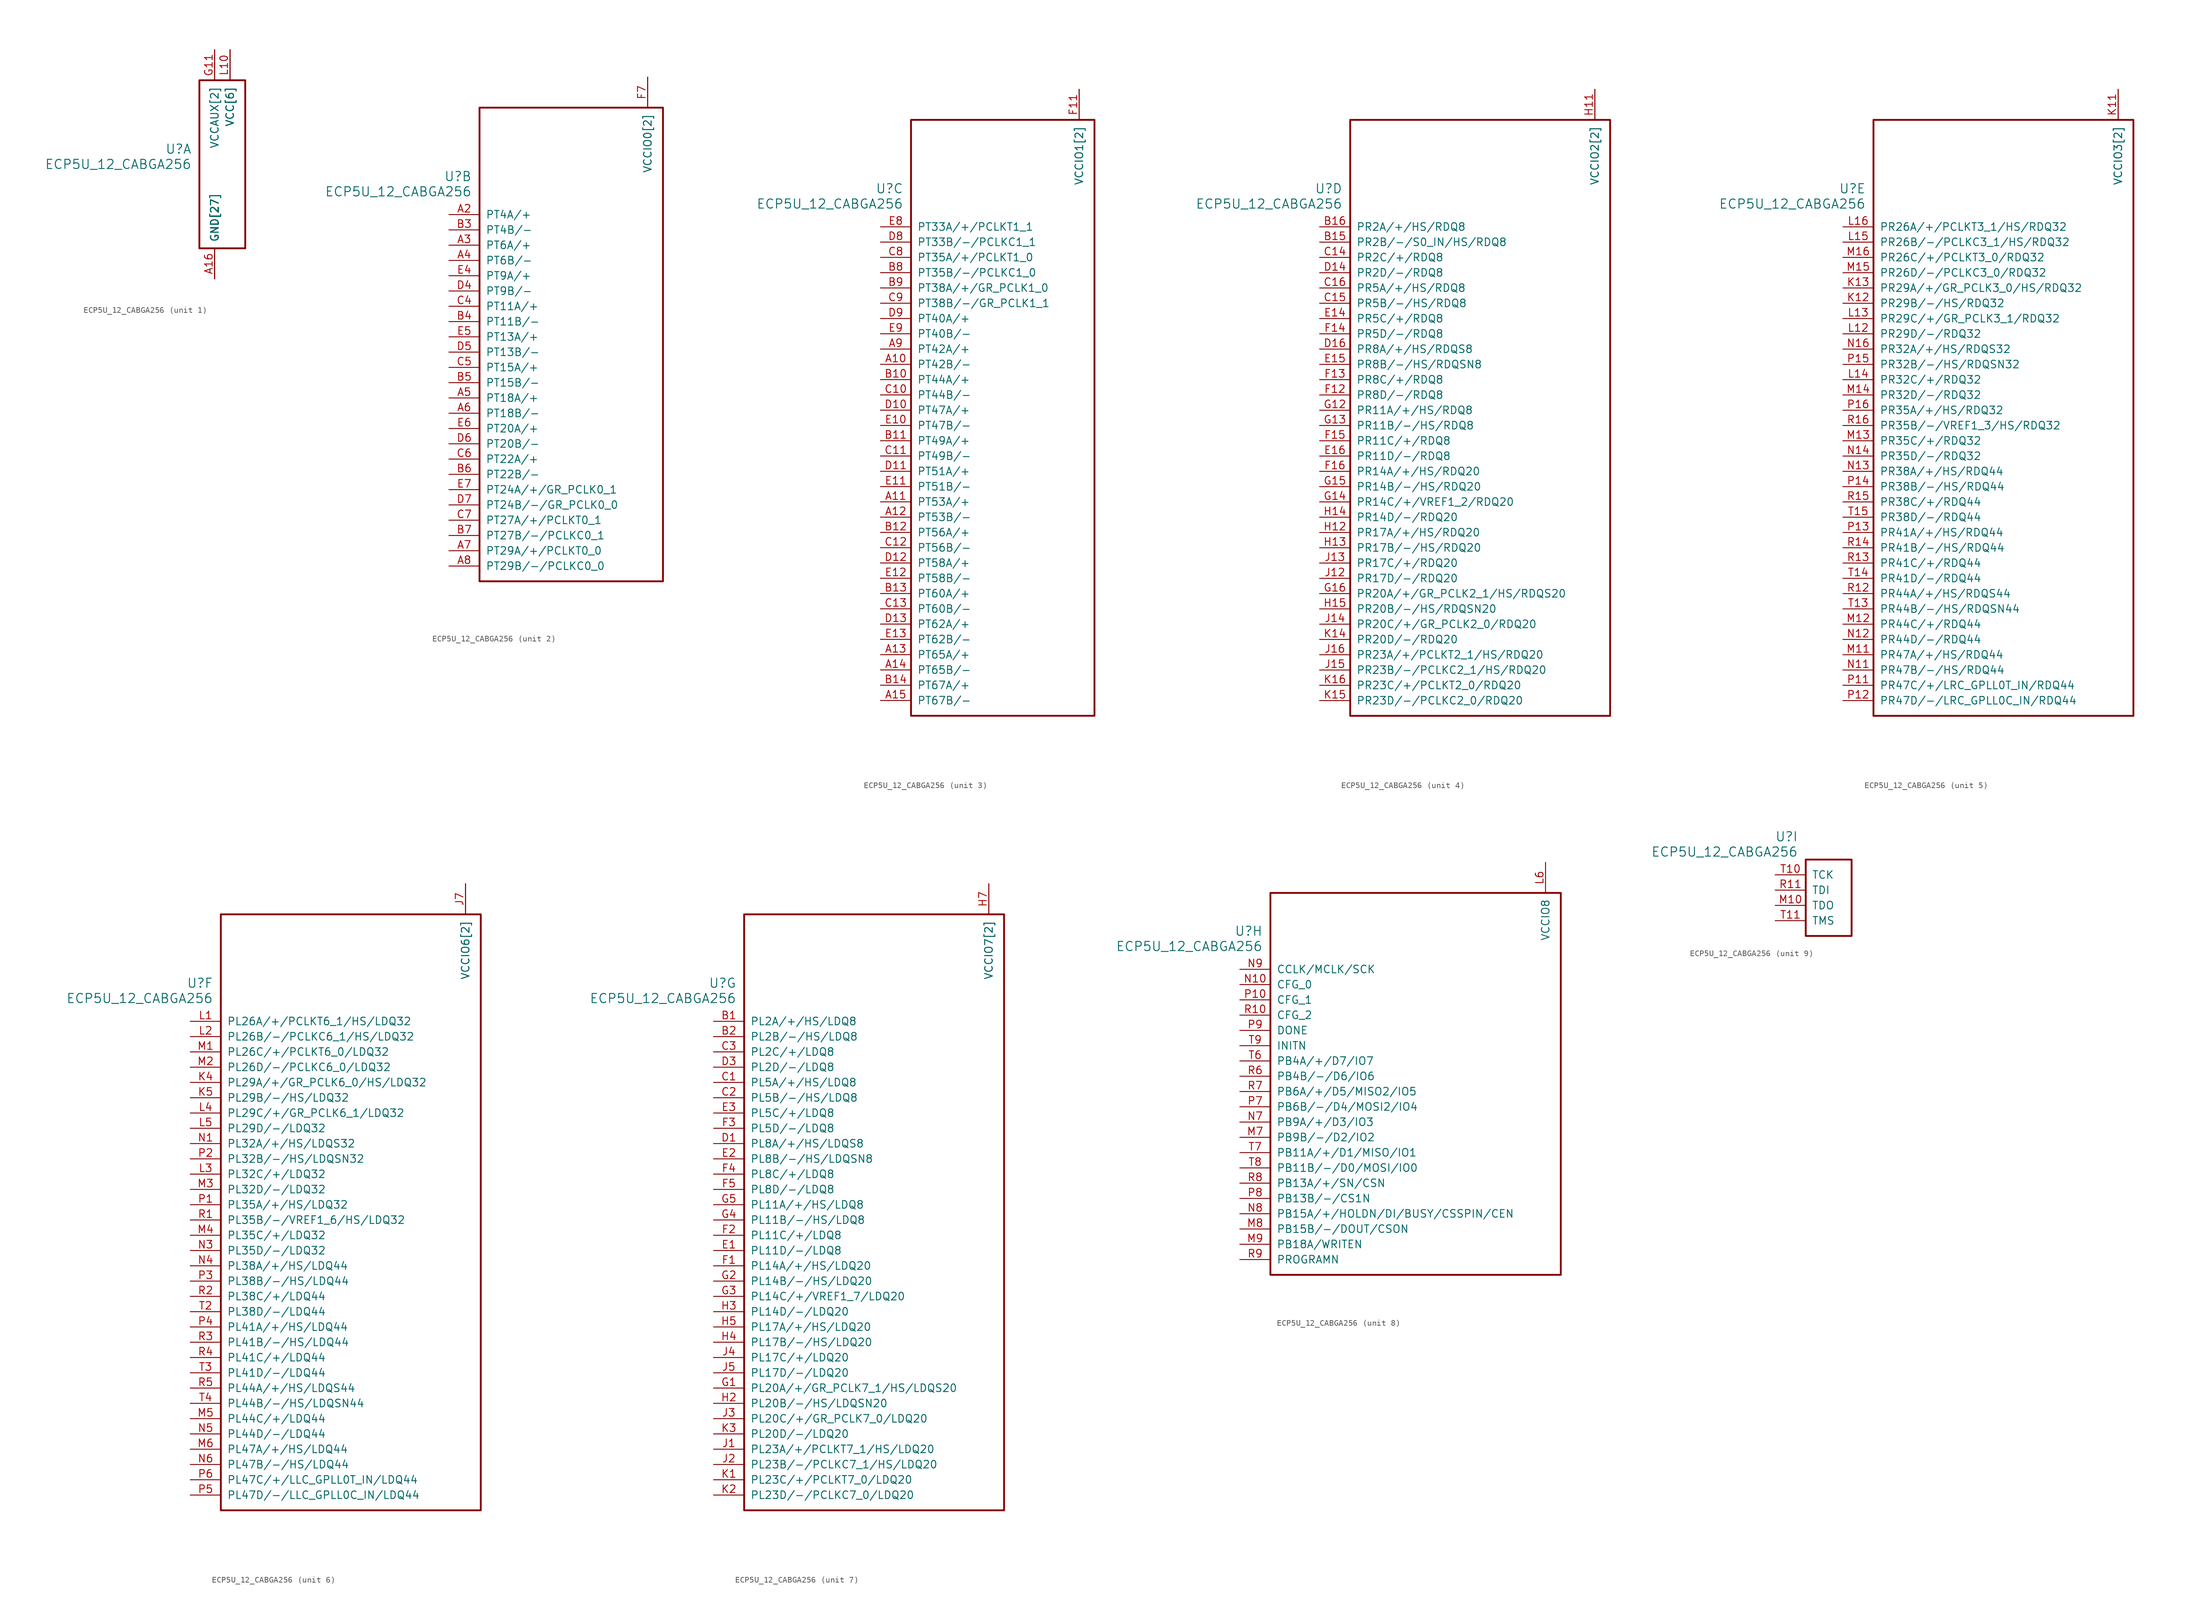
<source format=kicad_sym>
(kicad_symbol_lib
  (version 20231120)
  (generator "kicad_symbol_editor")
  (generator_version "8.0")
  (symbol "ECP5U_12_CABGA256"
    (pin_names
      (offset 1.016))
    (property "Reference" "U"
      (at 3.81 6.35 0)
      (effects (font (size 1.524 1.524)) (justify right)))
    (property "Value" "ECP5U_12_CABGA256"
      (at 3.81 3.81 0)
      (effects (font (size 1.524 1.524)) (justify right)))
    (property "ki_locked" ""
      (at 0 0 0)
      (effects (font (size 1.27 1.27))))
    (symbol "ECP5U_12_CABGA256_1_1"
      (rectangle (start 5.08 17.78) (end 12.7 -10.16) (stroke (width 0.305) (type default)) (fill (type none)))
      (pin power_in line (at 7.62 -15.24 90) (length 5.08) (name "GND[27]" (effects (font (size 1.27 1.27)))) (number "A1" (effects (font (size 0 0)))))
      (pin power_in line (at 7.62 -15.24 90) (length 5.08) (name "GND[27]" (effects (font (size 1.27 1.27)))) (number "A16" (effects (font (size 1.27 1.27)))))
      (pin power_in line (at 7.62 -15.24 90) (length 5.08) (name "GND[27]" (effects (font (size 1.27 1.27)))) (number "D15" (effects (font (size 0 0)))))
      (pin power_in line (at 7.62 -15.24 90) (length 5.08) (name "GND[27]" (effects (font (size 1.27 1.27)))) (number "D2" (effects (font (size 0 0)))))
      (pin power_in line (at 7.62 -15.24 90) (length 5.08) (name "GND[27]" (effects (font (size 1.27 1.27)))) (number "F8" (effects (font (size 0 0)))))
      (pin power_in line (at 7.62 -15.24 90) (length 5.08) (name "GND[27]" (effects (font (size 1.27 1.27)))) (number "F9" (effects (font (size 0 0)))))
      (pin power_in line (at 7.62 -15.24 90) (length 5.08) (name "GND[27]" (effects (font (size 1.27 1.27)))) (number "G10" (effects (font (size 0 0)))))
      (pin power_in line (at 7.62 22.86 270) (length 5.08) (name "VCCAUX[2]" (effects (font (size 1.27 1.27)))) (number "G11" (effects (font (size 1.27 1.27)))))
      (pin power_in line (at 10.16 22.86 270) (length 5.08) (name "VCC[6]" (effects (font (size 1.27 1.27)))) (number "G6" (effects (font (size 0 0)))))
      (pin power_in line (at 10.16 22.86 270) (length 5.08) (name "VCC[6]" (effects (font (size 1.27 1.27)))) (number "G7" (effects (font (size 0 0)))))
      (pin power_in line (at 7.62 -15.24 90) (length 5.08) (name "GND[27]" (effects (font (size 1.27 1.27)))) (number "G8" (effects (font (size 0 0)))))
      (pin power_in line (at 10.16 22.86 270) (length 5.08) (name "VCC[6]" (effects (font (size 1.27 1.27)))) (number "G9" (effects (font (size 0 0)))))
      (pin power_in line (at 7.62 -15.24 90) (length 5.08) (name "GND[27]" (effects (font (size 1.27 1.27)))) (number "H1" (effects (font (size 0 0)))))
      (pin power_in line (at 7.62 -15.24 90) (length 5.08) (name "GND[27]" (effects (font (size 1.27 1.27)))) (number "H10" (effects (font (size 0 0)))))
      (pin power_in line (at 7.62 -15.24 90) (length 5.08) (name "GND[27]" (effects (font (size 1.27 1.27)))) (number "H16" (effects (font (size 0 0)))))
      (pin power_in line (at 7.62 -15.24 90) (length 5.08) (name "GND[27]" (effects (font (size 1.27 1.27)))) (number "H8" (effects (font (size 0 0)))))
      (pin power_in line (at 7.62 -15.24 90) (length 5.08) (name "GND[27]" (effects (font (size 1.27 1.27)))) (number "H9" (effects (font (size 0 0)))))
      (pin power_in line (at 7.62 -15.24 90) (length 5.08) (name "GND[27]" (effects (font (size 1.27 1.27)))) (number "J10" (effects (font (size 0 0)))))
      (pin power_in line (at 7.62 -15.24 90) (length 5.08) (name "GND[27]" (effects (font (size 1.27 1.27)))) (number "J8" (effects (font (size 0 0)))))
      (pin power_in line (at 7.62 -15.24 90) (length 5.08) (name "GND[27]" (effects (font (size 1.27 1.27)))) (number "J9" (effects (font (size 0 0)))))
      (pin power_in line (at 7.62 -15.24 90) (length 5.08) (name "GND[27]" (effects (font (size 1.27 1.27)))) (number "K10" (effects (font (size 0 0)))))
      (pin power_in line (at 7.62 -15.24 90) (length 5.08) (name "GND[27]" (effects (font (size 1.27 1.27)))) (number "K6" (effects (font (size 0 0)))))
      (pin power_in line (at 7.62 -15.24 90) (length 5.08) (name "GND[27]" (effects (font (size 1.27 1.27)))) (number "K7" (effects (font (size 0 0)))))
      (pin power_in line (at 7.62 -15.24 90) (length 5.08) (name "GND[27]" (effects (font (size 1.27 1.27)))) (number "K8" (effects (font (size 0 0)))))
      (pin power_in line (at 7.62 -15.24 90) (length 5.08) (name "GND[27]" (effects (font (size 1.27 1.27)))) (number "K9" (effects (font (size 0 0)))))
      (pin power_in line (at 10.16 22.86 270) (length 5.08) (name "VCC[6]" (effects (font (size 1.27 1.27)))) (number "L10" (effects (font (size 1.27 1.27)))))
      (pin power_in line (at 7.62 22.86 270) (length 5.08) (name "VCCAUX[2]" (effects (font (size 1.27 1.27)))) (number "L7" (effects (font (size 0 0)))))
      (pin power_in line (at 10.16 22.86 270) (length 5.08) (name "VCC[6]" (effects (font (size 1.27 1.27)))) (number "L8" (effects (font (size 0 0)))))
      (pin power_in line (at 10.16 22.86 270) (length 5.08) (name "VCC[6]" (effects (font (size 1.27 1.27)))) (number "L9" (effects (font (size 0 0)))))
      (pin power_in line (at 7.62 -15.24 90) (length 5.08) (name "GND[27]" (effects (font (size 1.27 1.27)))) (number "N15" (effects (font (size 0 0)))))
      (pin power_in line (at 7.62 -15.24 90) (length 5.08) (name "GND[27]" (effects (font (size 1.27 1.27)))) (number "N2" (effects (font (size 0 0)))))
      (pin power_in line (at 7.62 -15.24 90) (length 5.08) (name "GND[27]" (effects (font (size 1.27 1.27)))) (number "T1" (effects (font (size 0 0)))))
      (pin power_in line (at 7.62 -15.24 90) (length 5.08) (name "GND[27]" (effects (font (size 1.27 1.27)))) (number "T12" (effects (font (size 0 0)))))
      (pin power_in line (at 7.62 -15.24 90) (length 5.08) (name "GND[27]" (effects (font (size 1.27 1.27)))) (number "T16" (effects (font (size 0 0)))))
      (pin power_in line (at 7.62 -15.24 90) (length 5.08) (name "GND[27]" (effects (font (size 1.27 1.27)))) (number "T5" (effects (font (size 0 0))))))
    (symbol "ECP5U_12_CABGA256_2_1"
      (rectangle (start 5.08 17.78) (end 35.56 -60.96) (stroke (width 0.305) (type default)) (fill (type none)))
      (pin bidirectional line (at 0 0 0) (length 5.08) (name "PT4A/+" (effects (font (size 1.27 1.27)))) (number "A2" (effects (font (size 1.27 1.27)))))
      (pin bidirectional line (at 0 -5.08 0) (length 5.08) (name "PT6A/+" (effects (font (size 1.27 1.27)))) (number "A3" (effects (font (size 1.27 1.27)))))
      (pin bidirectional line (at 0 -7.62 0) (length 5.08) (name "PT6B/-" (effects (font (size 1.27 1.27)))) (number "A4" (effects (font (size 1.27 1.27)))))
      (pin bidirectional line (at 0 -30.48 0) (length 5.08) (name "PT18A/+" (effects (font (size 1.27 1.27)))) (number "A5" (effects (font (size 1.27 1.27)))))
      (pin bidirectional line (at 0 -33.02 0) (length 5.08) (name "PT18B/-" (effects (font (size 1.27 1.27)))) (number "A6" (effects (font (size 1.27 1.27)))))
      (pin bidirectional line (at 0 -55.88 0) (length 5.08) (name "PT29A/+/PCLKT0_0" (effects (font (size 1.27 1.27)))) (number "A7" (effects (font (size 1.27 1.27)))))
      (pin bidirectional line (at 0 -58.42 0) (length 5.08) (name "PT29B/-/PCLKC0_0" (effects (font (size 1.27 1.27)))) (number "A8" (effects (font (size 1.27 1.27)))))
      (pin bidirectional line (at 0 -2.54 0) (length 5.08) (name "PT4B/-" (effects (font (size 1.27 1.27)))) (number "B3" (effects (font (size 1.27 1.27)))))
      (pin bidirectional line (at 0 -17.78 0) (length 5.08) (name "PT11B/-" (effects (font (size 1.27 1.27)))) (number "B4" (effects (font (size 1.27 1.27)))))
      (pin bidirectional line (at 0 -27.94 0) (length 5.08) (name "PT15B/-" (effects (font (size 1.27 1.27)))) (number "B5" (effects (font (size 1.27 1.27)))))
      (pin bidirectional line (at 0 -43.18 0) (length 5.08) (name "PT22B/-" (effects (font (size 1.27 1.27)))) (number "B6" (effects (font (size 1.27 1.27)))))
      (pin bidirectional line (at 0 -53.34 0) (length 5.08) (name "PT27B/-/PCLKC0_1" (effects (font (size 1.27 1.27)))) (number "B7" (effects (font (size 1.27 1.27)))))
      (pin bidirectional line (at 0 -15.24 0) (length 5.08) (name "PT11A/+" (effects (font (size 1.27 1.27)))) (number "C4" (effects (font (size 1.27 1.27)))))
      (pin bidirectional line (at 0 -25.4 0) (length 5.08) (name "PT15A/+" (effects (font (size 1.27 1.27)))) (number "C5" (effects (font (size 1.27 1.27)))))
      (pin bidirectional line (at 0 -40.64 0) (length 5.08) (name "PT22A/+" (effects (font (size 1.27 1.27)))) (number "C6" (effects (font (size 1.27 1.27)))))
      (pin bidirectional line (at 0 -50.8 0) (length 5.08) (name "PT27A/+/PCLKT0_1" (effects (font (size 1.27 1.27)))) (number "C7" (effects (font (size 1.27 1.27)))))
      (pin bidirectional line (at 0 -12.7 0) (length 5.08) (name "PT9B/-" (effects (font (size 1.27 1.27)))) (number "D4" (effects (font (size 1.27 1.27)))))
      (pin bidirectional line (at 0 -22.86 0) (length 5.08) (name "PT13B/-" (effects (font (size 1.27 1.27)))) (number "D5" (effects (font (size 1.27 1.27)))))
      (pin bidirectional line (at 0 -38.1 0) (length 5.08) (name "PT20B/-" (effects (font (size 1.27 1.27)))) (number "D6" (effects (font (size 1.27 1.27)))))
      (pin bidirectional line (at 0 -48.26 0) (length 5.08) (name "PT24B/-/GR_PCLK0_0" (effects (font (size 1.27 1.27)))) (number "D7" (effects (font (size 1.27 1.27)))))
      (pin bidirectional line (at 0 -10.16 0) (length 5.08) (name "PT9A/+" (effects (font (size 1.27 1.27)))) (number "E4" (effects (font (size 1.27 1.27)))))
      (pin bidirectional line (at 0 -20.32 0) (length 5.08) (name "PT13A/+" (effects (font (size 1.27 1.27)))) (number "E5" (effects (font (size 1.27 1.27)))))
      (pin bidirectional line (at 0 -35.56 0) (length 5.08) (name "PT20A/+" (effects (font (size 1.27 1.27)))) (number "E6" (effects (font (size 1.27 1.27)))))
      (pin bidirectional line (at 0 -45.72 0) (length 5.08) (name "PT24A/+/GR_PCLK0_1" (effects (font (size 1.27 1.27)))) (number "E7" (effects (font (size 1.27 1.27)))))
      (pin power_in line (at 33.02 22.86 270) (length 5.08) (name "VCCIO0[2]" (effects (font (size 1.27 1.27)))) (number "F6" (effects (font (size 0 0)))))
      (pin power_in line (at 33.02 22.86 270) (length 5.08) (name "VCCIO0[2]" (effects (font (size 1.27 1.27)))) (number "F7" (effects (font (size 1.27 1.27))))))
    (symbol "ECP5U_12_CABGA256_3_1"
      (rectangle (start 5.08 17.78) (end 35.56 -81.28) (stroke (width 0.305) (type default)) (fill (type none)))
      (pin bidirectional line (at 0 -22.86 0) (length 5.08) (name "PT42B/-" (effects (font (size 1.27 1.27)))) (number "A10" (effects (font (size 1.27 1.27)))))
      (pin bidirectional line (at 0 -45.72 0) (length 5.08) (name "PT53A/+" (effects (font (size 1.27 1.27)))) (number "A11" (effects (font (size 1.27 1.27)))))
      (pin bidirectional line (at 0 -48.26 0) (length 5.08) (name "PT53B/-" (effects (font (size 1.27 1.27)))) (number "A12" (effects (font (size 1.27 1.27)))))
      (pin bidirectional line (at 0 -71.12 0) (length 5.08) (name "PT65A/+" (effects (font (size 1.27 1.27)))) (number "A13" (effects (font (size 1.27 1.27)))))
      (pin bidirectional line (at 0 -73.66 0) (length 5.08) (name "PT65B/-" (effects (font (size 1.27 1.27)))) (number "A14" (effects (font (size 1.27 1.27)))))
      (pin bidirectional line (at 0 -78.74 0) (length 5.08) (name "PT67B/-" (effects (font (size 1.27 1.27)))) (number "A15" (effects (font (size 1.27 1.27)))))
      (pin bidirectional line (at 0 -20.32 0) (length 5.08) (name "PT42A/+" (effects (font (size 1.27 1.27)))) (number "A9" (effects (font (size 1.27 1.27)))))
      (pin bidirectional line (at 0 -25.4 0) (length 5.08) (name "PT44A/+" (effects (font (size 1.27 1.27)))) (number "B10" (effects (font (size 1.27 1.27)))))
      (pin bidirectional line (at 0 -35.56 0) (length 5.08) (name "PT49A/+" (effects (font (size 1.27 1.27)))) (number "B11" (effects (font (size 1.27 1.27)))))
      (pin bidirectional line (at 0 -50.8 0) (length 5.08) (name "PT56A/+" (effects (font (size 1.27 1.27)))) (number "B12" (effects (font (size 1.27 1.27)))))
      (pin bidirectional line (at 0 -60.96 0) (length 5.08) (name "PT60A/+" (effects (font (size 1.27 1.27)))) (number "B13" (effects (font (size 1.27 1.27)))))
      (pin bidirectional line (at 0 -76.2 0) (length 5.08) (name "PT67A/+" (effects (font (size 1.27 1.27)))) (number "B14" (effects (font (size 1.27 1.27)))))
      (pin bidirectional line (at 0 -7.62 0) (length 5.08) (name "PT35B/-/PCLKC1_0" (effects (font (size 1.27 1.27)))) (number "B8" (effects (font (size 1.27 1.27)))))
      (pin bidirectional line (at 0 -10.16 0) (length 5.08) (name "PT38A/+/GR_PCLK1_0" (effects (font (size 1.27 1.27)))) (number "B9" (effects (font (size 1.27 1.27)))))
      (pin bidirectional line (at 0 -27.94 0) (length 5.08) (name "PT44B/-" (effects (font (size 1.27 1.27)))) (number "C10" (effects (font (size 1.27 1.27)))))
      (pin bidirectional line (at 0 -38.1 0) (length 5.08) (name "PT49B/-" (effects (font (size 1.27 1.27)))) (number "C11" (effects (font (size 1.27 1.27)))))
      (pin bidirectional line (at 0 -53.34 0) (length 5.08) (name "PT56B/-" (effects (font (size 1.27 1.27)))) (number "C12" (effects (font (size 1.27 1.27)))))
      (pin bidirectional line (at 0 -63.5 0) (length 5.08) (name "PT60B/-" (effects (font (size 1.27 1.27)))) (number "C13" (effects (font (size 1.27 1.27)))))
      (pin bidirectional line (at 0 -5.08 0) (length 5.08) (name "PT35A/+/PCLKT1_0" (effects (font (size 1.27 1.27)))) (number "C8" (effects (font (size 1.27 1.27)))))
      (pin bidirectional line (at 0 -12.7 0) (length 5.08) (name "PT38B/-/GR_PCLK1_1" (effects (font (size 1.27 1.27)))) (number "C9" (effects (font (size 1.27 1.27)))))
      (pin bidirectional line (at 0 -30.48 0) (length 5.08) (name "PT47A/+" (effects (font (size 1.27 1.27)))) (number "D10" (effects (font (size 1.27 1.27)))))
      (pin bidirectional line (at 0 -40.64 0) (length 5.08) (name "PT51A/+" (effects (font (size 1.27 1.27)))) (number "D11" (effects (font (size 1.27 1.27)))))
      (pin bidirectional line (at 0 -55.88 0) (length 5.08) (name "PT58A/+" (effects (font (size 1.27 1.27)))) (number "D12" (effects (font (size 1.27 1.27)))))
      (pin bidirectional line (at 0 -66.04 0) (length 5.08) (name "PT62A/+" (effects (font (size 1.27 1.27)))) (number "D13" (effects (font (size 1.27 1.27)))))
      (pin bidirectional line (at 0 -2.54 0) (length 5.08) (name "PT33B/-/PCLKC1_1" (effects (font (size 1.27 1.27)))) (number "D8" (effects (font (size 1.27 1.27)))))
      (pin bidirectional line (at 0 -15.24 0) (length 5.08) (name "PT40A/+" (effects (font (size 1.27 1.27)))) (number "D9" (effects (font (size 1.27 1.27)))))
      (pin bidirectional line (at 0 -33.02 0) (length 5.08) (name "PT47B/-" (effects (font (size 1.27 1.27)))) (number "E10" (effects (font (size 1.27 1.27)))))
      (pin bidirectional line (at 0 -43.18 0) (length 5.08) (name "PT51B/-" (effects (font (size 1.27 1.27)))) (number "E11" (effects (font (size 1.27 1.27)))))
      (pin bidirectional line (at 0 -58.42 0) (length 5.08) (name "PT58B/-" (effects (font (size 1.27 1.27)))) (number "E12" (effects (font (size 1.27 1.27)))))
      (pin bidirectional line (at 0 -68.58 0) (length 5.08) (name "PT62B/-" (effects (font (size 1.27 1.27)))) (number "E13" (effects (font (size 1.27 1.27)))))
      (pin bidirectional line (at 0 0 0) (length 5.08) (name "PT33A/+/PCLKT1_1" (effects (font (size 1.27 1.27)))) (number "E8" (effects (font (size 1.27 1.27)))))
      (pin bidirectional line (at 0 -17.78 0) (length 5.08) (name "PT40B/-" (effects (font (size 1.27 1.27)))) (number "E9" (effects (font (size 1.27 1.27)))))
      (pin power_in line (at 33.02 22.86 270) (length 5.08) (name "VCCIO1[2]" (effects (font (size 1.27 1.27)))) (number "F10" (effects (font (size 0 0)))))
      (pin power_in line (at 33.02 22.86 270) (length 5.08) (name "VCCIO1[2]" (effects (font (size 1.27 1.27)))) (number "F11" (effects (font (size 1.27 1.27))))))
    (symbol "ECP5U_12_CABGA256_4_1"
      (rectangle (start 5.08 17.78) (end 48.26 -81.28) (stroke (width 0.305) (type default)) (fill (type none)))
      (pin bidirectional line (at 0 -2.54 0) (length 5.08) (name "PR2B/-/S0_IN/HS/RDQ8" (effects (font (size 1.27 1.27)))) (number "B15" (effects (font (size 1.27 1.27)))))
      (pin bidirectional line (at 0 0 0) (length 5.08) (name "PR2A/+/HS/RDQ8" (effects (font (size 1.27 1.27)))) (number "B16" (effects (font (size 1.27 1.27)))))
      (pin bidirectional line (at 0 -5.08 0) (length 5.08) (name "PR2C/+/RDQ8" (effects (font (size 1.27 1.27)))) (number "C14" (effects (font (size 1.27 1.27)))))
      (pin bidirectional line (at 0 -12.7 0) (length 5.08) (name "PR5B/-/HS/RDQ8" (effects (font (size 1.27 1.27)))) (number "C15" (effects (font (size 1.27 1.27)))))
      (pin bidirectional line (at 0 -10.16 0) (length 5.08) (name "PR5A/+/HS/RDQ8" (effects (font (size 1.27 1.27)))) (number "C16" (effects (font (size 1.27 1.27)))))
      (pin bidirectional line (at 0 -7.62 0) (length 5.08) (name "PR2D/-/RDQ8" (effects (font (size 1.27 1.27)))) (number "D14" (effects (font (size 1.27 1.27)))))
      (pin bidirectional line (at 0 -20.32 0) (length 5.08) (name "PR8A/+/HS/RDQS8" (effects (font (size 1.27 1.27)))) (number "D16" (effects (font (size 1.27 1.27)))))
      (pin bidirectional line (at 0 -15.24 0) (length 5.08) (name "PR5C/+/RDQ8" (effects (font (size 1.27 1.27)))) (number "E14" (effects (font (size 1.27 1.27)))))
      (pin bidirectional line (at 0 -22.86 0) (length 5.08) (name "PR8B/-/HS/RDQSN8" (effects (font (size 1.27 1.27)))) (number "E15" (effects (font (size 1.27 1.27)))))
      (pin bidirectional line (at 0 -38.1 0) (length 5.08) (name "PR11D/-/RDQ8" (effects (font (size 1.27 1.27)))) (number "E16" (effects (font (size 1.27 1.27)))))
      (pin bidirectional line (at 0 -27.94 0) (length 5.08) (name "PR8D/-/RDQ8" (effects (font (size 1.27 1.27)))) (number "F12" (effects (font (size 1.27 1.27)))))
      (pin bidirectional line (at 0 -25.4 0) (length 5.08) (name "PR8C/+/RDQ8" (effects (font (size 1.27 1.27)))) (number "F13" (effects (font (size 1.27 1.27)))))
      (pin bidirectional line (at 0 -17.78 0) (length 5.08) (name "PR5D/-/RDQ8" (effects (font (size 1.27 1.27)))) (number "F14" (effects (font (size 1.27 1.27)))))
      (pin bidirectional line (at 0 -35.56 0) (length 5.08) (name "PR11C/+/RDQ8" (effects (font (size 1.27 1.27)))) (number "F15" (effects (font (size 1.27 1.27)))))
      (pin bidirectional line (at 0 -40.64 0) (length 5.08) (name "PR14A/+/HS/RDQ20" (effects (font (size 1.27 1.27)))) (number "F16" (effects (font (size 1.27 1.27)))))
      (pin bidirectional line (at 0 -30.48 0) (length 5.08) (name "PR11A/+/HS/RDQ8" (effects (font (size 1.27 1.27)))) (number "G12" (effects (font (size 1.27 1.27)))))
      (pin bidirectional line (at 0 -33.02 0) (length 5.08) (name "PR11B/-/HS/RDQ8" (effects (font (size 1.27 1.27)))) (number "G13" (effects (font (size 1.27 1.27)))))
      (pin bidirectional line (at 0 -45.72 0) (length 5.08) (name "PR14C/+/VREF1_2/RDQ20" (effects (font (size 1.27 1.27)))) (number "G14" (effects (font (size 1.27 1.27)))))
      (pin bidirectional line (at 0 -43.18 0) (length 5.08) (name "PR14B/-/HS/RDQ20" (effects (font (size 1.27 1.27)))) (number "G15" (effects (font (size 1.27 1.27)))))
      (pin bidirectional line (at 0 -60.96 0) (length 5.08) (name "PR20A/+/GR_PCLK2_1/HS/RDQS20" (effects (font (size 1.27 1.27)))) (number "G16" (effects (font (size 1.27 1.27)))))
      (pin power_in line (at 45.72 22.86 270) (length 5.08) (name "VCCIO2[2]" (effects (font (size 1.27 1.27)))) (number "H11" (effects (font (size 1.27 1.27)))))
      (pin bidirectional line (at 0 -50.8 0) (length 5.08) (name "PR17A/+/HS/RDQ20" (effects (font (size 1.27 1.27)))) (number "H12" (effects (font (size 1.27 1.27)))))
      (pin bidirectional line (at 0 -53.34 0) (length 5.08) (name "PR17B/-/HS/RDQ20" (effects (font (size 1.27 1.27)))) (number "H13" (effects (font (size 1.27 1.27)))))
      (pin bidirectional line (at 0 -48.26 0) (length 5.08) (name "PR14D/-/RDQ20" (effects (font (size 1.27 1.27)))) (number "H14" (effects (font (size 1.27 1.27)))))
      (pin bidirectional line (at 0 -63.5 0) (length 5.08) (name "PR20B/-/HS/RDQSN20" (effects (font (size 1.27 1.27)))) (number "H15" (effects (font (size 1.27 1.27)))))
      (pin power_in line (at 45.72 22.86 270) (length 5.08) (name "VCCIO2[2]" (effects (font (size 1.27 1.27)))) (number "J11" (effects (font (size 0 0)))))
      (pin bidirectional line (at 0 -58.42 0) (length 5.08) (name "PR17D/-/RDQ20" (effects (font (size 1.27 1.27)))) (number "J12" (effects (font (size 1.27 1.27)))))
      (pin bidirectional line (at 0 -55.88 0) (length 5.08) (name "PR17C/+/RDQ20" (effects (font (size 1.27 1.27)))) (number "J13" (effects (font (size 1.27 1.27)))))
      (pin bidirectional line (at 0 -66.04 0) (length 5.08) (name "PR20C/+/GR_PCLK2_0/RDQ20" (effects (font (size 1.27 1.27)))) (number "J14" (effects (font (size 1.27 1.27)))))
      (pin bidirectional line (at 0 -73.66 0) (length 5.08) (name "PR23B/-/PCLKC2_1/HS/RDQ20" (effects (font (size 1.27 1.27)))) (number "J15" (effects (font (size 1.27 1.27)))))
      (pin bidirectional line (at 0 -71.12 0) (length 5.08) (name "PR23A/+/PCLKT2_1/HS/RDQ20" (effects (font (size 1.27 1.27)))) (number "J16" (effects (font (size 1.27 1.27)))))
      (pin bidirectional line (at 0 -68.58 0) (length 5.08) (name "PR20D/-/RDQ20" (effects (font (size 1.27 1.27)))) (number "K14" (effects (font (size 1.27 1.27)))))
      (pin bidirectional line (at 0 -78.74 0) (length 5.08) (name "PR23D/-/PCLKC2_0/RDQ20" (effects (font (size 1.27 1.27)))) (number "K15" (effects (font (size 1.27 1.27)))))
      (pin bidirectional line (at 0 -76.2 0) (length 5.08) (name "PR23C/+/PCLKT2_0/RDQ20" (effects (font (size 1.27 1.27)))) (number "K16" (effects (font (size 1.27 1.27))))))
    (symbol "ECP5U_12_CABGA256_5_1"
      (rectangle (start 5.08 17.78) (end 48.26 -81.28) (stroke (width 0.305) (type default)) (fill (type none)))
      (pin power_in line (at 45.72 22.86 270) (length 5.08) (name "VCCIO3[2]" (effects (font (size 1.27 1.27)))) (number "K11" (effects (font (size 1.27 1.27)))))
      (pin bidirectional line (at 0 -12.7 0) (length 5.08) (name "PR29B/-/HS/RDQ32" (effects (font (size 1.27 1.27)))) (number "K12" (effects (font (size 1.27 1.27)))))
      (pin bidirectional line (at 0 -10.16 0) (length 5.08) (name "PR29A/+/GR_PCLK3_0/HS/RDQ32" (effects (font (size 1.27 1.27)))) (number "K13" (effects (font (size 1.27 1.27)))))
      (pin power_in line (at 45.72 22.86 270) (length 5.08) (name "VCCIO3[2]" (effects (font (size 1.27 1.27)))) (number "L11" (effects (font (size 0 0)))))
      (pin bidirectional line (at 0 -17.78 0) (length 5.08) (name "PR29D/-/RDQ32" (effects (font (size 1.27 1.27)))) (number "L12" (effects (font (size 1.27 1.27)))))
      (pin bidirectional line (at 0 -15.24 0) (length 5.08) (name "PR29C/+/GR_PCLK3_1/RDQ32" (effects (font (size 1.27 1.27)))) (number "L13" (effects (font (size 1.27 1.27)))))
      (pin bidirectional line (at 0 -25.4 0) (length 5.08) (name "PR32C/+/RDQ32" (effects (font (size 1.27 1.27)))) (number "L14" (effects (font (size 1.27 1.27)))))
      (pin bidirectional line (at 0 -2.54 0) (length 5.08) (name "PR26B/-/PCLKC3_1/HS/RDQ32" (effects (font (size 1.27 1.27)))) (number "L15" (effects (font (size 1.27 1.27)))))
      (pin bidirectional line (at 0 0 0) (length 5.08) (name "PR26A/+/PCLKT3_1/HS/RDQ32" (effects (font (size 1.27 1.27)))) (number "L16" (effects (font (size 1.27 1.27)))))
      (pin bidirectional line (at 0 -71.12 0) (length 5.08) (name "PR47A/+/HS/RDQ44" (effects (font (size 1.27 1.27)))) (number "M11" (effects (font (size 1.27 1.27)))))
      (pin bidirectional line (at 0 -66.04 0) (length 5.08) (name "PR44C/+/RDQ44" (effects (font (size 1.27 1.27)))) (number "M12" (effects (font (size 1.27 1.27)))))
      (pin bidirectional line (at 0 -35.56 0) (length 5.08) (name "PR35C/+/RDQ32" (effects (font (size 1.27 1.27)))) (number "M13" (effects (font (size 1.27 1.27)))))
      (pin bidirectional line (at 0 -27.94 0) (length 5.08) (name "PR32D/-/RDQ32" (effects (font (size 1.27 1.27)))) (number "M14" (effects (font (size 1.27 1.27)))))
      (pin bidirectional line (at 0 -7.62 0) (length 5.08) (name "PR26D/-/PCLKC3_0/RDQ32" (effects (font (size 1.27 1.27)))) (number "M15" (effects (font (size 1.27 1.27)))))
      (pin bidirectional line (at 0 -5.08 0) (length 5.08) (name "PR26C/+/PCLKT3_0/RDQ32" (effects (font (size 1.27 1.27)))) (number "M16" (effects (font (size 1.27 1.27)))))
      (pin bidirectional line (at 0 -73.66 0) (length 5.08) (name "PR47B/-/HS/RDQ44" (effects (font (size 1.27 1.27)))) (number "N11" (effects (font (size 1.27 1.27)))))
      (pin bidirectional line (at 0 -68.58 0) (length 5.08) (name "PR44D/-/RDQ44" (effects (font (size 1.27 1.27)))) (number "N12" (effects (font (size 1.27 1.27)))))
      (pin bidirectional line (at 0 -40.64 0) (length 5.08) (name "PR38A/+/HS/RDQ44" (effects (font (size 1.27 1.27)))) (number "N13" (effects (font (size 1.27 1.27)))))
      (pin bidirectional line (at 0 -38.1 0) (length 5.08) (name "PR35D/-/RDQ32" (effects (font (size 1.27 1.27)))) (number "N14" (effects (font (size 1.27 1.27)))))
      (pin bidirectional line (at 0 -20.32 0) (length 5.08) (name "PR32A/+/HS/RDQS32" (effects (font (size 1.27 1.27)))) (number "N16" (effects (font (size 1.27 1.27)))))
      (pin bidirectional line (at 0 -76.2 0) (length 5.08) (name "PR47C/+/LRC_GPLL0T_IN/RDQ44" (effects (font (size 1.27 1.27)))) (number "P11" (effects (font (size 1.27 1.27)))))
      (pin bidirectional line (at 0 -78.74 0) (length 5.08) (name "PR47D/-/LRC_GPLL0C_IN/RDQ44" (effects (font (size 1.27 1.27)))) (number "P12" (effects (font (size 1.27 1.27)))))
      (pin bidirectional line (at 0 -50.8 0) (length 5.08) (name "PR41A/+/HS/RDQ44" (effects (font (size 1.27 1.27)))) (number "P13" (effects (font (size 1.27 1.27)))))
      (pin bidirectional line (at 0 -43.18 0) (length 5.08) (name "PR38B/-/HS/RDQ44" (effects (font (size 1.27 1.27)))) (number "P14" (effects (font (size 1.27 1.27)))))
      (pin bidirectional line (at 0 -22.86 0) (length 5.08) (name "PR32B/-/HS/RDQSN32" (effects (font (size 1.27 1.27)))) (number "P15" (effects (font (size 1.27 1.27)))))
      (pin bidirectional line (at 0 -30.48 0) (length 5.08) (name "PR35A/+/HS/RDQ32" (effects (font (size 1.27 1.27)))) (number "P16" (effects (font (size 1.27 1.27)))))
      (pin bidirectional line (at 0 -60.96 0) (length 5.08) (name "PR44A/+/HS/RDQS44" (effects (font (size 1.27 1.27)))) (number "R12" (effects (font (size 1.27 1.27)))))
      (pin bidirectional line (at 0 -55.88 0) (length 5.08) (name "PR41C/+/RDQ44" (effects (font (size 1.27 1.27)))) (number "R13" (effects (font (size 1.27 1.27)))))
      (pin bidirectional line (at 0 -53.34 0) (length 5.08) (name "PR41B/-/HS/RDQ44" (effects (font (size 1.27 1.27)))) (number "R14" (effects (font (size 1.27 1.27)))))
      (pin bidirectional line (at 0 -45.72 0) (length 5.08) (name "PR38C/+/RDQ44" (effects (font (size 1.27 1.27)))) (number "R15" (effects (font (size 1.27 1.27)))))
      (pin bidirectional line (at 0 -33.02 0) (length 5.08) (name "PR35B/-/VREF1_3/HS/RDQ32" (effects (font (size 1.27 1.27)))) (number "R16" (effects (font (size 1.27 1.27)))))
      (pin bidirectional line (at 0 -63.5 0) (length 5.08) (name "PR44B/-/HS/RDQSN44" (effects (font (size 1.27 1.27)))) (number "T13" (effects (font (size 1.27 1.27)))))
      (pin bidirectional line (at 0 -58.42 0) (length 5.08) (name "PR41D/-/RDQ44" (effects (font (size 1.27 1.27)))) (number "T14" (effects (font (size 1.27 1.27)))))
      (pin bidirectional line (at 0 -48.26 0) (length 5.08) (name "PR38D/-/RDQ44" (effects (font (size 1.27 1.27)))) (number "T15" (effects (font (size 1.27 1.27))))))
    (symbol "ECP5U_12_CABGA256_6_1"
      (rectangle (start 5.08 17.78) (end 48.26 -81.28) (stroke (width 0.305) (type default)) (fill (type none)))
      (pin power_in line (at 45.72 22.86 270) (length 5.08) (name "VCCIO6[2]" (effects (font (size 1.27 1.27)))) (number "J6" (effects (font (size 0 0)))))
      (pin power_in line (at 45.72 22.86 270) (length 5.08) (name "VCCIO6[2]" (effects (font (size 1.27 1.27)))) (number "J7" (effects (font (size 1.27 1.27)))))
      (pin bidirectional line (at 0 -10.16 0) (length 5.08) (name "PL29A/+/GR_PCLK6_0/HS/LDQ32" (effects (font (size 1.27 1.27)))) (number "K4" (effects (font (size 1.27 1.27)))))
      (pin bidirectional line (at 0 -12.7 0) (length 5.08) (name "PL29B/-/HS/LDQ32" (effects (font (size 1.27 1.27)))) (number "K5" (effects (font (size 1.27 1.27)))))
      (pin bidirectional line (at 0 0 0) (length 5.08) (name "PL26A/+/PCLKT6_1/HS/LDQ32" (effects (font (size 1.27 1.27)))) (number "L1" (effects (font (size 1.27 1.27)))))
      (pin bidirectional line (at 0 -2.54 0) (length 5.08) (name "PL26B/-/PCLKC6_1/HS/LDQ32" (effects (font (size 1.27 1.27)))) (number "L2" (effects (font (size 1.27 1.27)))))
      (pin bidirectional line (at 0 -25.4 0) (length 5.08) (name "PL32C/+/LDQ32" (effects (font (size 1.27 1.27)))) (number "L3" (effects (font (size 1.27 1.27)))))
      (pin bidirectional line (at 0 -15.24 0) (length 5.08) (name "PL29C/+/GR_PCLK6_1/LDQ32" (effects (font (size 1.27 1.27)))) (number "L4" (effects (font (size 1.27 1.27)))))
      (pin bidirectional line (at 0 -17.78 0) (length 5.08) (name "PL29D/-/LDQ32" (effects (font (size 1.27 1.27)))) (number "L5" (effects (font (size 1.27 1.27)))))
      (pin bidirectional line (at 0 -5.08 0) (length 5.08) (name "PL26C/+/PCLKT6_0/LDQ32" (effects (font (size 1.27 1.27)))) (number "M1" (effects (font (size 1.27 1.27)))))
      (pin bidirectional line (at 0 -7.62 0) (length 5.08) (name "PL26D/-/PCLKC6_0/LDQ32" (effects (font (size 1.27 1.27)))) (number "M2" (effects (font (size 1.27 1.27)))))
      (pin bidirectional line (at 0 -27.94 0) (length 5.08) (name "PL32D/-/LDQ32" (effects (font (size 1.27 1.27)))) (number "M3" (effects (font (size 1.27 1.27)))))
      (pin bidirectional line (at 0 -35.56 0) (length 5.08) (name "PL35C/+/LDQ32" (effects (font (size 1.27 1.27)))) (number "M4" (effects (font (size 1.27 1.27)))))
      (pin bidirectional line (at 0 -66.04 0) (length 5.08) (name "PL44C/+/LDQ44" (effects (font (size 1.27 1.27)))) (number "M5" (effects (font (size 1.27 1.27)))))
      (pin bidirectional line (at 0 -71.12 0) (length 5.08) (name "PL47A/+/HS/LDQ44" (effects (font (size 1.27 1.27)))) (number "M6" (effects (font (size 1.27 1.27)))))
      (pin bidirectional line (at 0 -20.32 0) (length 5.08) (name "PL32A/+/HS/LDQS32" (effects (font (size 1.27 1.27)))) (number "N1" (effects (font (size 1.27 1.27)))))
      (pin bidirectional line (at 0 -38.1 0) (length 5.08) (name "PL35D/-/LDQ32" (effects (font (size 1.27 1.27)))) (number "N3" (effects (font (size 1.27 1.27)))))
      (pin bidirectional line (at 0 -40.64 0) (length 5.08) (name "PL38A/+/HS/LDQ44" (effects (font (size 1.27 1.27)))) (number "N4" (effects (font (size 1.27 1.27)))))
      (pin bidirectional line (at 0 -68.58 0) (length 5.08) (name "PL44D/-/LDQ44" (effects (font (size 1.27 1.27)))) (number "N5" (effects (font (size 1.27 1.27)))))
      (pin bidirectional line (at 0 -73.66 0) (length 5.08) (name "PL47B/-/HS/LDQ44" (effects (font (size 1.27 1.27)))) (number "N6" (effects (font (size 1.27 1.27)))))
      (pin bidirectional line (at 0 -30.48 0) (length 5.08) (name "PL35A/+/HS/LDQ32" (effects (font (size 1.27 1.27)))) (number "P1" (effects (font (size 1.27 1.27)))))
      (pin bidirectional line (at 0 -22.86 0) (length 5.08) (name "PL32B/-/HS/LDQSN32" (effects (font (size 1.27 1.27)))) (number "P2" (effects (font (size 1.27 1.27)))))
      (pin bidirectional line (at 0 -43.18 0) (length 5.08) (name "PL38B/-/HS/LDQ44" (effects (font (size 1.27 1.27)))) (number "P3" (effects (font (size 1.27 1.27)))))
      (pin bidirectional line (at 0 -50.8 0) (length 5.08) (name "PL41A/+/HS/LDQ44" (effects (font (size 1.27 1.27)))) (number "P4" (effects (font (size 1.27 1.27)))))
      (pin bidirectional line (at 0 -78.74 0) (length 5.08) (name "PL47D/-/LLC_GPLL0C_IN/LDQ44" (effects (font (size 1.27 1.27)))) (number "P5" (effects (font (size 1.27 1.27)))))
      (pin bidirectional line (at 0 -76.2 0) (length 5.08) (name "PL47C/+/LLC_GPLL0T_IN/LDQ44" (effects (font (size 1.27 1.27)))) (number "P6" (effects (font (size 1.27 1.27)))))
      (pin bidirectional line (at 0 -33.02 0) (length 5.08) (name "PL35B/-/VREF1_6/HS/LDQ32" (effects (font (size 1.27 1.27)))) (number "R1" (effects (font (size 1.27 1.27)))))
      (pin bidirectional line (at 0 -45.72 0) (length 5.08) (name "PL38C/+/LDQ44" (effects (font (size 1.27 1.27)))) (number "R2" (effects (font (size 1.27 1.27)))))
      (pin bidirectional line (at 0 -53.34 0) (length 5.08) (name "PL41B/-/HS/LDQ44" (effects (font (size 1.27 1.27)))) (number "R3" (effects (font (size 1.27 1.27)))))
      (pin bidirectional line (at 0 -55.88 0) (length 5.08) (name "PL41C/+/LDQ44" (effects (font (size 1.27 1.27)))) (number "R4" (effects (font (size 1.27 1.27)))))
      (pin bidirectional line (at 0 -60.96 0) (length 5.08) (name "PL44A/+/HS/LDQS44" (effects (font (size 1.27 1.27)))) (number "R5" (effects (font (size 1.27 1.27)))))
      (pin bidirectional line (at 0 -48.26 0) (length 5.08) (name "PL38D/-/LDQ44" (effects (font (size 1.27 1.27)))) (number "T2" (effects (font (size 1.27 1.27)))))
      (pin bidirectional line (at 0 -58.42 0) (length 5.08) (name "PL41D/-/LDQ44" (effects (font (size 1.27 1.27)))) (number "T3" (effects (font (size 1.27 1.27)))))
      (pin bidirectional line (at 0 -63.5 0) (length 5.08) (name "PL44B/-/HS/LDQSN44" (effects (font (size 1.27 1.27)))) (number "T4" (effects (font (size 1.27 1.27))))))
    (symbol "ECP5U_12_CABGA256_7_1"
      (rectangle (start 5.08 17.78) (end 48.26 -81.28) (stroke (width 0.305) (type default)) (fill (type none)))
      (pin bidirectional line (at 0 0 0) (length 5.08) (name "PL2A/+/HS/LDQ8" (effects (font (size 1.27 1.27)))) (number "B1" (effects (font (size 1.27 1.27)))))
      (pin bidirectional line (at 0 -2.54 0) (length 5.08) (name "PL2B/-/HS/LDQ8" (effects (font (size 1.27 1.27)))) (number "B2" (effects (font (size 1.27 1.27)))))
      (pin bidirectional line (at 0 -10.16 0) (length 5.08) (name "PL5A/+/HS/LDQ8" (effects (font (size 1.27 1.27)))) (number "C1" (effects (font (size 1.27 1.27)))))
      (pin bidirectional line (at 0 -12.7 0) (length 5.08) (name "PL5B/-/HS/LDQ8" (effects (font (size 1.27 1.27)))) (number "C2" (effects (font (size 1.27 1.27)))))
      (pin bidirectional line (at 0 -5.08 0) (length 5.08) (name "PL2C/+/LDQ8" (effects (font (size 1.27 1.27)))) (number "C3" (effects (font (size 1.27 1.27)))))
      (pin bidirectional line (at 0 -20.32 0) (length 5.08) (name "PL8A/+/HS/LDQS8" (effects (font (size 1.27 1.27)))) (number "D1" (effects (font (size 1.27 1.27)))))
      (pin bidirectional line (at 0 -7.62 0) (length 5.08) (name "PL2D/-/LDQ8" (effects (font (size 1.27 1.27)))) (number "D3" (effects (font (size 1.27 1.27)))))
      (pin bidirectional line (at 0 -38.1 0) (length 5.08) (name "PL11D/-/LDQ8" (effects (font (size 1.27 1.27)))) (number "E1" (effects (font (size 1.27 1.27)))))
      (pin bidirectional line (at 0 -22.86 0) (length 5.08) (name "PL8B/-/HS/LDQSN8" (effects (font (size 1.27 1.27)))) (number "E2" (effects (font (size 1.27 1.27)))))
      (pin bidirectional line (at 0 -15.24 0) (length 5.08) (name "PL5C/+/LDQ8" (effects (font (size 1.27 1.27)))) (number "E3" (effects (font (size 1.27 1.27)))))
      (pin bidirectional line (at 0 -40.64 0) (length 5.08) (name "PL14A/+/HS/LDQ20" (effects (font (size 1.27 1.27)))) (number "F1" (effects (font (size 1.27 1.27)))))
      (pin bidirectional line (at 0 -35.56 0) (length 5.08) (name "PL11C/+/LDQ8" (effects (font (size 1.27 1.27)))) (number "F2" (effects (font (size 1.27 1.27)))))
      (pin bidirectional line (at 0 -17.78 0) (length 5.08) (name "PL5D/-/LDQ8" (effects (font (size 1.27 1.27)))) (number "F3" (effects (font (size 1.27 1.27)))))
      (pin bidirectional line (at 0 -25.4 0) (length 5.08) (name "PL8C/+/LDQ8" (effects (font (size 1.27 1.27)))) (number "F4" (effects (font (size 1.27 1.27)))))
      (pin bidirectional line (at 0 -27.94 0) (length 5.08) (name "PL8D/-/LDQ8" (effects (font (size 1.27 1.27)))) (number "F5" (effects (font (size 1.27 1.27)))))
      (pin bidirectional line (at 0 -60.96 0) (length 5.08) (name "PL20A/+/GR_PCLK7_1/HS/LDQS20" (effects (font (size 1.27 1.27)))) (number "G1" (effects (font (size 1.27 1.27)))))
      (pin bidirectional line (at 0 -43.18 0) (length 5.08) (name "PL14B/-/HS/LDQ20" (effects (font (size 1.27 1.27)))) (number "G2" (effects (font (size 1.27 1.27)))))
      (pin bidirectional line (at 0 -45.72 0) (length 5.08) (name "PL14C/+/VREF1_7/LDQ20" (effects (font (size 1.27 1.27)))) (number "G3" (effects (font (size 1.27 1.27)))))
      (pin bidirectional line (at 0 -33.02 0) (length 5.08) (name "PL11B/-/HS/LDQ8" (effects (font (size 1.27 1.27)))) (number "G4" (effects (font (size 1.27 1.27)))))
      (pin bidirectional line (at 0 -30.48 0) (length 5.08) (name "PL11A/+/HS/LDQ8" (effects (font (size 1.27 1.27)))) (number "G5" (effects (font (size 1.27 1.27)))))
      (pin bidirectional line (at 0 -63.5 0) (length 5.08) (name "PL20B/-/HS/LDQSN20" (effects (font (size 1.27 1.27)))) (number "H2" (effects (font (size 1.27 1.27)))))
      (pin bidirectional line (at 0 -48.26 0) (length 5.08) (name "PL14D/-/LDQ20" (effects (font (size 1.27 1.27)))) (number "H3" (effects (font (size 1.27 1.27)))))
      (pin bidirectional line (at 0 -53.34 0) (length 5.08) (name "PL17B/-/HS/LDQ20" (effects (font (size 1.27 1.27)))) (number "H4" (effects (font (size 1.27 1.27)))))
      (pin bidirectional line (at 0 -50.8 0) (length 5.08) (name "PL17A/+/HS/LDQ20" (effects (font (size 1.27 1.27)))) (number "H5" (effects (font (size 1.27 1.27)))))
      (pin power_in line (at 45.72 22.86 270) (length 5.08) (name "VCCIO7[2]" (effects (font (size 1.27 1.27)))) (number "H6" (effects (font (size 0 0)))))
      (pin power_in line (at 45.72 22.86 270) (length 5.08) (name "VCCIO7[2]" (effects (font (size 1.27 1.27)))) (number "H7" (effects (font (size 1.27 1.27)))))
      (pin bidirectional line (at 0 -71.12 0) (length 5.08) (name "PL23A/+/PCLKT7_1/HS/LDQ20" (effects (font (size 1.27 1.27)))) (number "J1" (effects (font (size 1.27 1.27)))))
      (pin bidirectional line (at 0 -73.66 0) (length 5.08) (name "PL23B/-/PCLKC7_1/HS/LDQ20" (effects (font (size 1.27 1.27)))) (number "J2" (effects (font (size 1.27 1.27)))))
      (pin bidirectional line (at 0 -66.04 0) (length 5.08) (name "PL20C/+/GR_PCLK7_0/LDQ20" (effects (font (size 1.27 1.27)))) (number "J3" (effects (font (size 1.27 1.27)))))
      (pin bidirectional line (at 0 -55.88 0) (length 5.08) (name "PL17C/+/LDQ20" (effects (font (size 1.27 1.27)))) (number "J4" (effects (font (size 1.27 1.27)))))
      (pin bidirectional line (at 0 -58.42 0) (length 5.08) (name "PL17D/-/LDQ20" (effects (font (size 1.27 1.27)))) (number "J5" (effects (font (size 1.27 1.27)))))
      (pin bidirectional line (at 0 -76.2 0) (length 5.08) (name "PL23C/+/PCLKT7_0/LDQ20" (effects (font (size 1.27 1.27)))) (number "K1" (effects (font (size 1.27 1.27)))))
      (pin bidirectional line (at 0 -78.74 0) (length 5.08) (name "PL23D/-/PCLKC7_0/LDQ20" (effects (font (size 1.27 1.27)))) (number "K2" (effects (font (size 1.27 1.27)))))
      (pin bidirectional line (at 0 -68.58 0) (length 5.08) (name "PL20D/-/LDQ20" (effects (font (size 1.27 1.27)))) (number "K3" (effects (font (size 1.27 1.27))))))
    (symbol "ECP5U_12_CABGA256_8_1"
      (rectangle (start 5.08 12.7) (end 53.34 -50.8) (stroke (width 0.305) (type default)) (fill (type none)))
      (pin power_in line (at 50.8 17.78 270) (length 5.08) (name "VCCIO8" (effects (font (size 1.27 1.27)))) (number "L6" (effects (font (size 1.27 1.27)))))
      (pin bidirectional line (at 0 -27.94 0) (length 5.08) (name "PB9B/-/D2/IO2" (effects (font (size 1.27 1.27)))) (number "M7" (effects (font (size 1.27 1.27)))))
      (pin bidirectional line (at 0 -43.18 0) (length 5.08) (name "PB15B/-/DOUT/CSON" (effects (font (size 1.27 1.27)))) (number "M8" (effects (font (size 1.27 1.27)))))
      (pin bidirectional line (at 0 -45.72 0) (length 5.08) (name "PB18A/WRITEN" (effects (font (size 1.27 1.27)))) (number "M9" (effects (font (size 1.27 1.27)))))
      (pin bidirectional line (at 0 -2.54 0) (length 5.08) (name "CFG_0" (effects (font (size 1.27 1.27)))) (number "N10" (effects (font (size 1.27 1.27)))))
      (pin bidirectional line (at 0 -25.4 0) (length 5.08) (name "PB9A/+/D3/IO3" (effects (font (size 1.27 1.27)))) (number "N7" (effects (font (size 1.27 1.27)))))
      (pin bidirectional line (at 0 -40.64 0) (length 5.08) (name "PB15A/+/HOLDN/DI/BUSY/CSSPIN/CEN" (effects (font (size 1.27 1.27)))) (number "N8" (effects (font (size 1.27 1.27)))))
      (pin bidirectional line (at 0 0 0) (length 5.08) (name "CCLK/MCLK/SCK" (effects (font (size 1.27 1.27)))) (number "N9" (effects (font (size 1.27 1.27)))))
      (pin bidirectional line (at 0 -5.08 0) (length 5.08) (name "CFG_1" (effects (font (size 1.27 1.27)))) (number "P10" (effects (font (size 1.27 1.27)))))
      (pin bidirectional line (at 0 -22.86 0) (length 5.08) (name "PB6B/-/D4/MOSI2/IO4" (effects (font (size 1.27 1.27)))) (number "P7" (effects (font (size 1.27 1.27)))))
      (pin bidirectional line (at 0 -38.1 0) (length 5.08) (name "PB13B/-/CS1N" (effects (font (size 1.27 1.27)))) (number "P8" (effects (font (size 1.27 1.27)))))
      (pin bidirectional line (at 0 -10.16 0) (length 5.08) (name "DONE" (effects (font (size 1.27 1.27)))) (number "P9" (effects (font (size 1.27 1.27)))))
      (pin bidirectional line (at 0 -7.62 0) (length 5.08) (name "CFG_2" (effects (font (size 1.27 1.27)))) (number "R10" (effects (font (size 1.27 1.27)))))
      (pin bidirectional line (at 0 -17.78 0) (length 5.08) (name "PB4B/-/D6/IO6" (effects (font (size 1.27 1.27)))) (number "R6" (effects (font (size 1.27 1.27)))))
      (pin bidirectional line (at 0 -20.32 0) (length 5.08) (name "PB6A/+/D5/MISO2/IO5" (effects (font (size 1.27 1.27)))) (number "R7" (effects (font (size 1.27 1.27)))))
      (pin bidirectional line (at 0 -35.56 0) (length 5.08) (name "PB13A/+/SN/CSN" (effects (font (size 1.27 1.27)))) (number "R8" (effects (font (size 1.27 1.27)))))
      (pin bidirectional line (at 0 -48.26 0) (length 5.08) (name "PROGRAMN" (effects (font (size 1.27 1.27)))) (number "R9" (effects (font (size 1.27 1.27)))))
      (pin bidirectional line (at 0 -15.24 0) (length 5.08) (name "PB4A/+/D7/IO7" (effects (font (size 1.27 1.27)))) (number "T6" (effects (font (size 1.27 1.27)))))
      (pin bidirectional line (at 0 -30.48 0) (length 5.08) (name "PB11A/+/D1/MISO/IO1" (effects (font (size 1.27 1.27)))) (number "T7" (effects (font (size 1.27 1.27)))))
      (pin bidirectional line (at 0 -33.02 0) (length 5.08) (name "PB11B/-/D0/MOSI/IO0" (effects (font (size 1.27 1.27)))) (number "T8" (effects (font (size 1.27 1.27)))))
      (pin bidirectional line (at 0 -12.7 0) (length 5.08) (name "INITN" (effects (font (size 1.27 1.27)))) (number "T9" (effects (font (size 1.27 1.27))))))
    (symbol "ECP5U_12_CABGA256_9_1"
      (rectangle (start 5.08 2.54) (end 12.7 -10.16) (stroke (width 0.305) (type default)) (fill (type none)))
      (pin bidirectional line (at 0 -5.08 0) (length 5.08) (name "TDO" (effects (font (size 1.27 1.27)))) (number "M10" (effects (font (size 1.27 1.27)))))
      (pin bidirectional line (at 0 -2.54 0) (length 5.08) (name "TDI" (effects (font (size 1.27 1.27)))) (number "R11" (effects (font (size 1.27 1.27)))))
      (pin bidirectional line (at 0 0 0) (length 5.08) (name "TCK" (effects (font (size 1.27 1.27)))) (number "T10" (effects (font (size 1.27 1.27)))))
      (pin bidirectional line (at 0 -7.62 0) (length 5.08) (name "TMS" (effects (font (size 1.27 1.27)))) (number "T11" (effects (font (size 1.27 1.27))))))))
</source>
